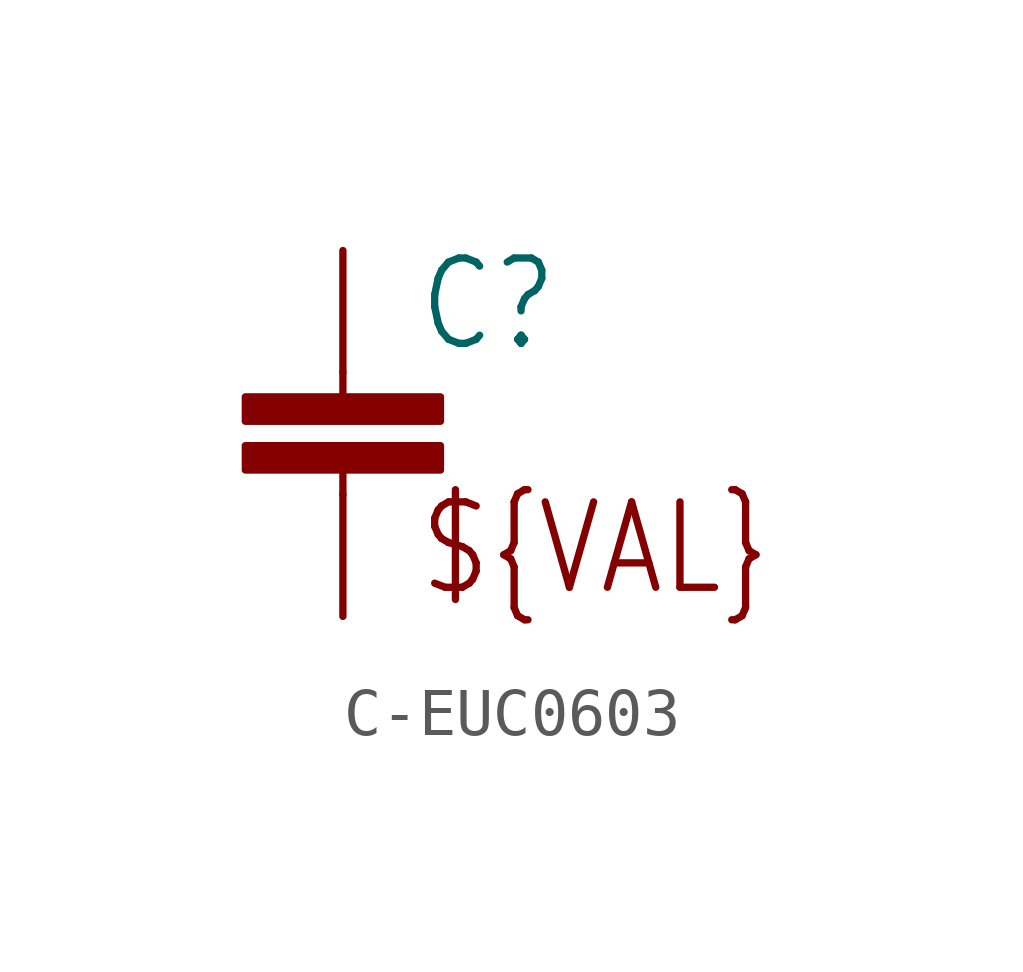
<source format=kicad_sym>
(kicad_symbol_lib
  (version 20231120)
  (generator "kicad_symbol_editor")
  (generator_version "8.0")
  (symbol "C-EUC0603"
    (property "Reference" "C"
      (at 1.524 0.381 0)
      (effects (font (size 1.778 1.511)) (justify left bottom)))
    (property "ki_locked" ""
      (at 0 0 0)
      (effects (font (size 1.27 1.27))))
    (symbol "C-EUC0603_1_0"
      (rectangle (start -2.032 -2.032) (end 2.032 -1.524) (stroke (width 0) (type default)) (fill (type outline)))
      (rectangle (start -2.032 -1.016) (end 2.032 -0.508) (stroke (width 0) (type default)) (fill (type outline)))
      (polyline (pts (xy 0 -2.54) (xy 0 -2.032)) (stroke (width 0.152) (type solid)) (fill (type none)))
      (polyline (pts (xy 0 0) (xy 0 -0.508)) (stroke (width 0.152) (type solid)) (fill (type none)))
      (text "${VAL}" (at 1.524 -4.699 0) (effects (font (size 1.778 1.511)) (justify left bottom)))
      (pin passive line (at 0 2.54 270) (length 2.54) (name "1" (effects (font (size 0 0)))) (number "1" (effects (font (size 0 0)))))
      (pin passive line (at 0 -5.08 90) (length 2.54) (name "2" (effects (font (size 0 0)))) (number "2" (effects (font (size 0 0))))))))
</source>
